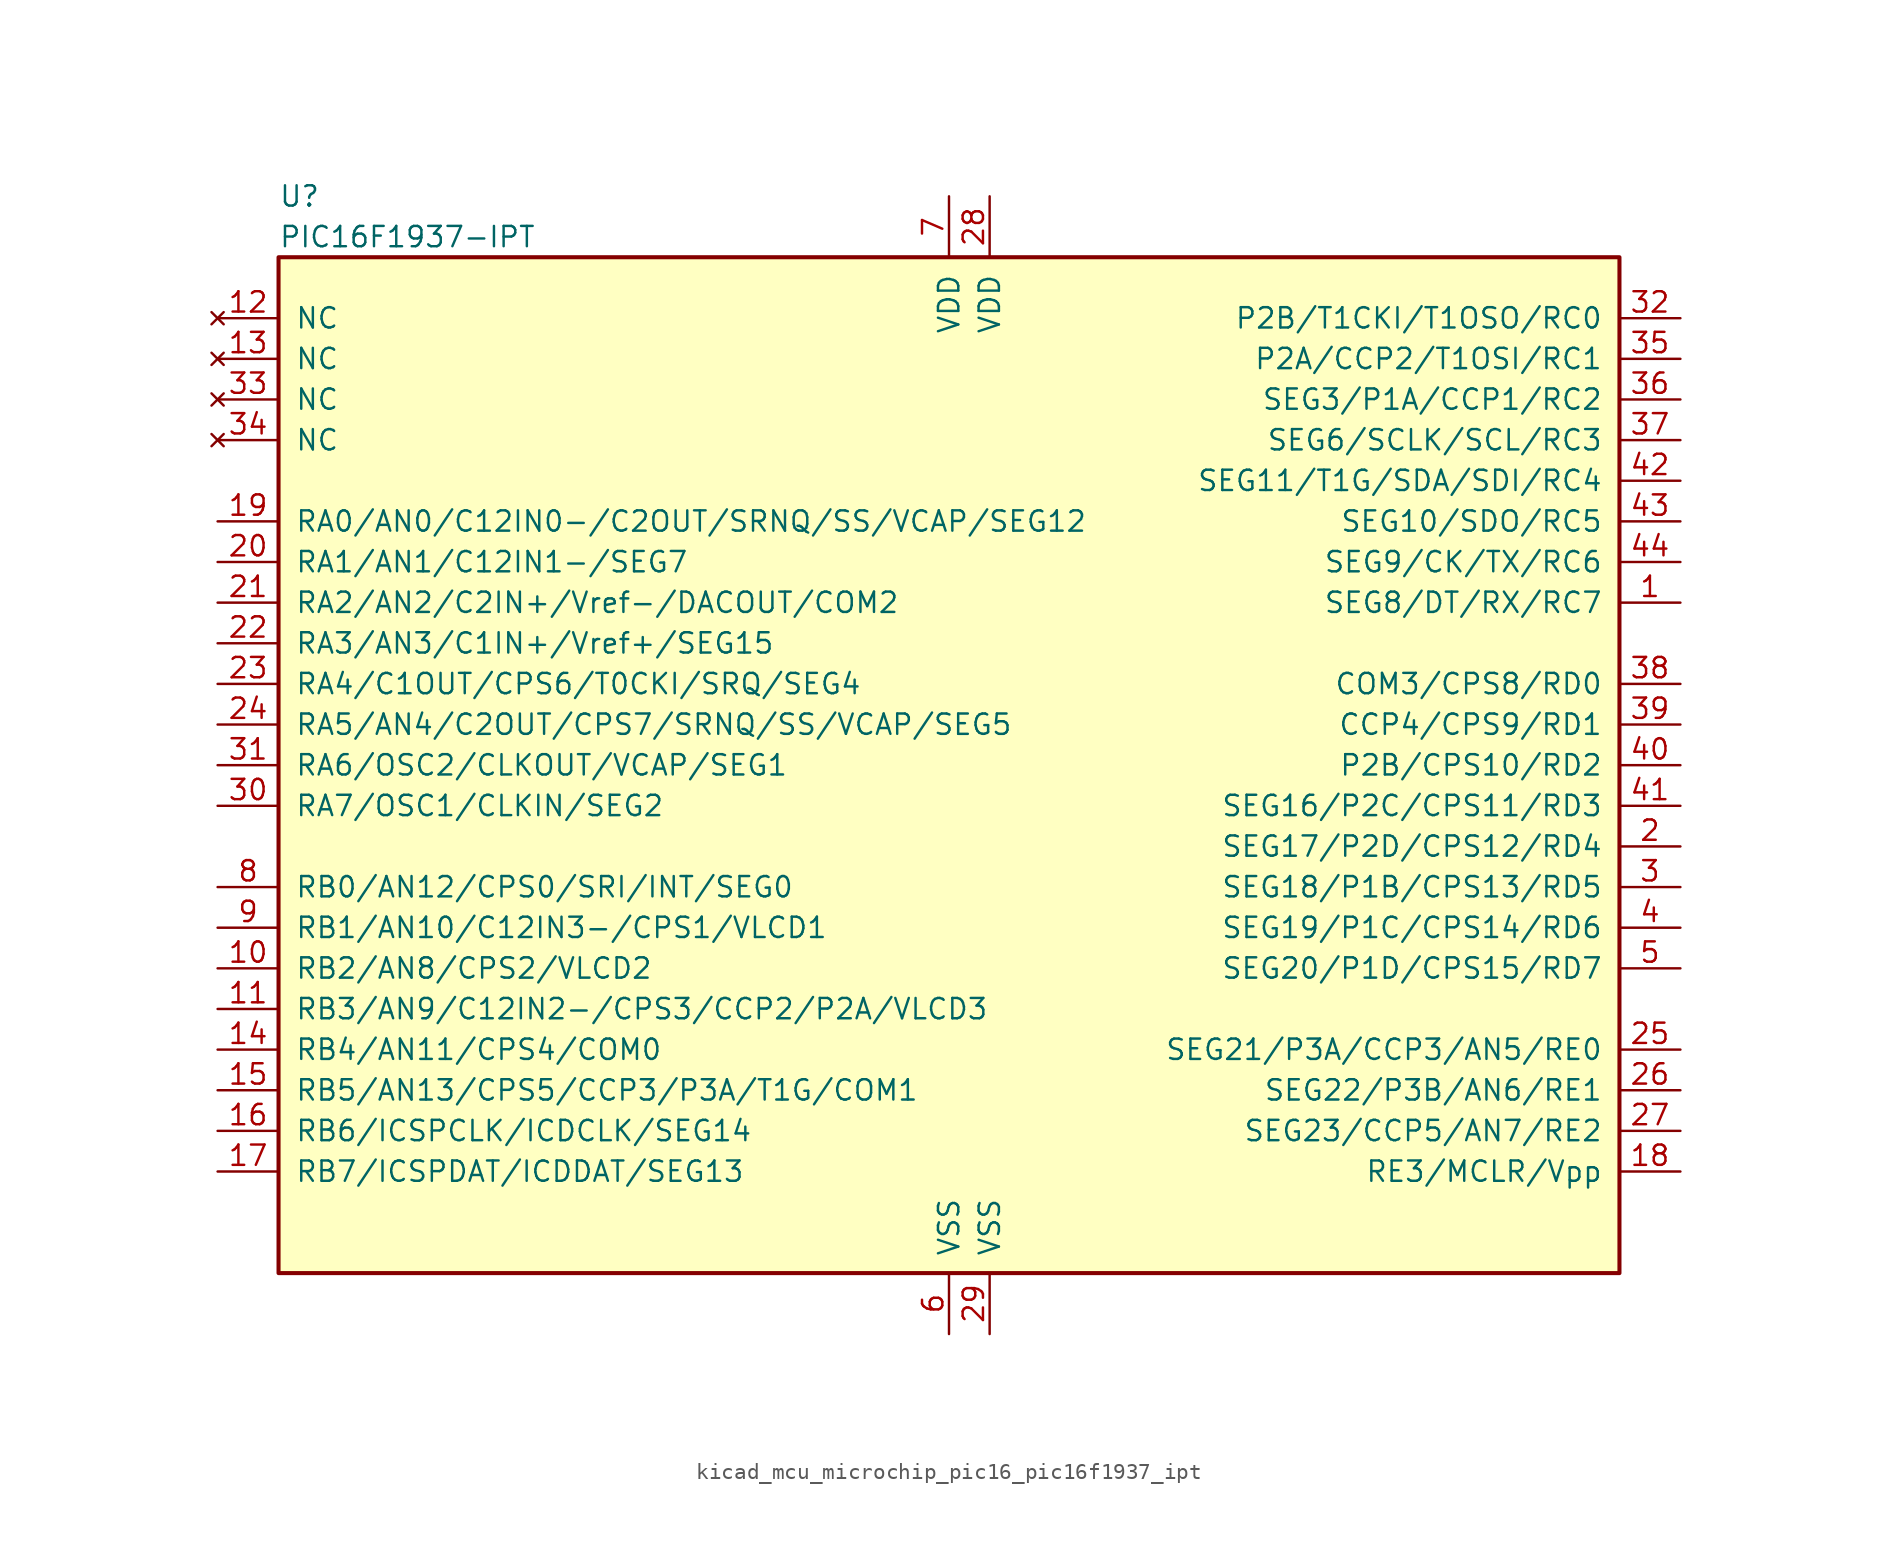
<source format=kicad_sym>
(kicad_symbol_lib
  (version 20220914)
  (generator kicad_symbol_editor)
  (symbol "kicad_mcu_microchip_pic16_pic16f1937_ipt"
    (pin_names
      (offset 1.016))
    (property "Reference" "U"
      (at -41.91 35.56 0)
      (effects (font (size 1.27 1.27)) (justify left)))
    (property "Value" "PIC16F1937-IPT"
      (at -41.91 33.02 0)
      (effects (font (size 1.27 1.27)) (justify left)))
    (symbol "kicad_mcu_microchip_pic16_pic16f1937_ipt_0_1"
      (rectangle (start -41.91 31.75) (end 41.91 -31.75) (stroke (width 0.254) (type default)) (fill (type background))))
    (symbol "kicad_mcu_microchip_pic16_pic16f1937_ipt_1_1"
      (pin bidirectional line (at 45.72 10.16 180) (length 3.81) (name "SEG8/DT/RX/RC7" (effects (font (size 1.27 1.27)))) (number "1" (effects (font (size 1.27 1.27)))))
      (pin bidirectional line (at -45.72 -12.7 0) (length 3.81) (name "RB2/AN8/CPS2/VLCD2" (effects (font (size 1.27 1.27)))) (number "10" (effects (font (size 1.27 1.27)))))
      (pin bidirectional line (at -45.72 -15.24 0) (length 3.81) (name "RB3/AN9/C12IN2-/CPS3/CCP2/P2A/VLCD3" (effects (font (size 1.27 1.27)))) (number "11" (effects (font (size 1.27 1.27)))))
      (pin no_connect line (at -45.72 27.94 0) (length 3.81) (name "NC" (effects (font (size 1.27 1.27)))) (number "12" (effects (font (size 1.27 1.27)))))
      (pin no_connect line (at -45.72 25.4 0) (length 3.81) (name "NC" (effects (font (size 1.27 1.27)))) (number "13" (effects (font (size 1.27 1.27)))))
      (pin bidirectional line (at -45.72 -17.78 0) (length 3.81) (name "RB4/AN11/CPS4/COM0" (effects (font (size 1.27 1.27)))) (number "14" (effects (font (size 1.27 1.27)))))
      (pin bidirectional line (at -45.72 -20.32 0) (length 3.81) (name "RB5/AN13/CPS5/CCP3/P3A/T1G/COM1" (effects (font (size 1.27 1.27)))) (number "15" (effects (font (size 1.27 1.27)))))
      (pin bidirectional line (at -45.72 -22.86 0) (length 3.81) (name "RB6/ICSPCLK/ICDCLK/SEG14" (effects (font (size 1.27 1.27)))) (number "16" (effects (font (size 1.27 1.27)))))
      (pin bidirectional line (at -45.72 -25.4 0) (length 3.81) (name "RB7/ICSPDAT/ICDDAT/SEG13" (effects (font (size 1.27 1.27)))) (number "17" (effects (font (size 1.27 1.27)))))
      (pin bidirectional line (at 45.72 -25.4 180) (length 3.81) (name "RE3/MCLR/Vpp" (effects (font (size 1.27 1.27)))) (number "18" (effects (font (size 1.27 1.27)))))
      (pin bidirectional line (at -45.72 15.24 0) (length 3.81) (name "RA0/AN0/C12IN0-/C2OUT/SRNQ/SS/VCAP/SEG12" (effects (font (size 1.27 1.27)))) (number "19" (effects (font (size 1.27 1.27)))))
      (pin bidirectional line (at 45.72 -5.08 180) (length 3.81) (name "SEG17/P2D/CPS12/RD4" (effects (font (size 1.27 1.27)))) (number "2" (effects (font (size 1.27 1.27)))))
      (pin bidirectional line (at -45.72 12.7 0) (length 3.81) (name "RA1/AN1/C12IN1-/SEG7" (effects (font (size 1.27 1.27)))) (number "20" (effects (font (size 1.27 1.27)))))
      (pin bidirectional line (at -45.72 10.16 0) (length 3.81) (name "RA2/AN2/C2IN+/Vref-/DACOUT/COM2" (effects (font (size 1.27 1.27)))) (number "21" (effects (font (size 1.27 1.27)))))
      (pin bidirectional line (at -45.72 7.62 0) (length 3.81) (name "RA3/AN3/C1IN+/Vref+/SEG15" (effects (font (size 1.27 1.27)))) (number "22" (effects (font (size 1.27 1.27)))))
      (pin bidirectional line (at -45.72 5.08 0) (length 3.81) (name "RA4/C1OUT/CPS6/T0CKI/SRQ/SEG4" (effects (font (size 1.27 1.27)))) (number "23" (effects (font (size 1.27 1.27)))))
      (pin bidirectional line (at -45.72 2.54 0) (length 3.81) (name "RA5/AN4/C2OUT/CPS7/SRNQ/SS/VCAP/SEG5" (effects (font (size 1.27 1.27)))) (number "24" (effects (font (size 1.27 1.27)))))
      (pin bidirectional line (at 45.72 -17.78 180) (length 3.81) (name "SEG21/P3A/CCP3/AN5/RE0" (effects (font (size 1.27 1.27)))) (number "25" (effects (font (size 1.27 1.27)))))
      (pin bidirectional line (at 45.72 -20.32 180) (length 3.81) (name "SEG22/P3B/AN6/RE1" (effects (font (size 1.27 1.27)))) (number "26" (effects (font (size 1.27 1.27)))))
      (pin bidirectional line (at 45.72 -22.86 180) (length 3.81) (name "SEG23/CCP5/AN7/RE2" (effects (font (size 1.27 1.27)))) (number "27" (effects (font (size 1.27 1.27)))))
      (pin power_in line (at 2.54 35.56 270) (length 3.81) (name "VDD" (effects (font (size 1.27 1.27)))) (number "28" (effects (font (size 1.27 1.27)))))
      (pin power_in line (at 2.54 -35.56 90) (length 3.81) (name "VSS" (effects (font (size 1.27 1.27)))) (number "29" (effects (font (size 1.27 1.27)))))
      (pin bidirectional line (at 45.72 -7.62 180) (length 3.81) (name "SEG18/P1B/CPS13/RD5" (effects (font (size 1.27 1.27)))) (number "3" (effects (font (size 1.27 1.27)))))
      (pin bidirectional line (at -45.72 -2.54 0) (length 3.81) (name "RA7/OSC1/CLKIN/SEG2" (effects (font (size 1.27 1.27)))) (number "30" (effects (font (size 1.27 1.27)))))
      (pin bidirectional line (at -45.72 0 0) (length 3.81) (name "RA6/OSC2/CLKOUT/VCAP/SEG1" (effects (font (size 1.27 1.27)))) (number "31" (effects (font (size 1.27 1.27)))))
      (pin bidirectional line (at 45.72 27.94 180) (length 3.81) (name "P2B/T1CKI/T1OSO/RC0" (effects (font (size 1.27 1.27)))) (number "32" (effects (font (size 1.27 1.27)))))
      (pin no_connect line (at -45.72 22.86 0) (length 3.81) (name "NC" (effects (font (size 1.27 1.27)))) (number "33" (effects (font (size 1.27 1.27)))))
      (pin no_connect line (at -45.72 20.32 0) (length 3.81) (name "NC" (effects (font (size 1.27 1.27)))) (number "34" (effects (font (size 1.27 1.27)))))
      (pin bidirectional line (at 45.72 25.4 180) (length 3.81) (name "P2A/CCP2/T1OSI/RC1" (effects (font (size 1.27 1.27)))) (number "35" (effects (font (size 1.27 1.27)))))
      (pin bidirectional line (at 45.72 22.86 180) (length 3.81) (name "SEG3/P1A/CCP1/RC2" (effects (font (size 1.27 1.27)))) (number "36" (effects (font (size 1.27 1.27)))))
      (pin bidirectional line (at 45.72 20.32 180) (length 3.81) (name "SEG6/SCLK/SCL/RC3" (effects (font (size 1.27 1.27)))) (number "37" (effects (font (size 1.27 1.27)))))
      (pin bidirectional line (at 45.72 5.08 180) (length 3.81) (name "COM3/CPS8/RD0" (effects (font (size 1.27 1.27)))) (number "38" (effects (font (size 1.27 1.27)))))
      (pin bidirectional line (at 45.72 2.54 180) (length 3.81) (name "CCP4/CPS9/RD1" (effects (font (size 1.27 1.27)))) (number "39" (effects (font (size 1.27 1.27)))))
      (pin bidirectional line (at 45.72 -10.16 180) (length 3.81) (name "SEG19/P1C/CPS14/RD6" (effects (font (size 1.27 1.27)))) (number "4" (effects (font (size 1.27 1.27)))))
      (pin bidirectional line (at 45.72 0 180) (length 3.81) (name "P2B/CPS10/RD2" (effects (font (size 1.27 1.27)))) (number "40" (effects (font (size 1.27 1.27)))))
      (pin bidirectional line (at 45.72 -2.54 180) (length 3.81) (name "SEG16/P2C/CPS11/RD3" (effects (font (size 1.27 1.27)))) (number "41" (effects (font (size 1.27 1.27)))))
      (pin bidirectional line (at 45.72 17.78 180) (length 3.81) (name "SEG11/T1G/SDA/SDI/RC4" (effects (font (size 1.27 1.27)))) (number "42" (effects (font (size 1.27 1.27)))))
      (pin bidirectional line (at 45.72 15.24 180) (length 3.81) (name "SEG10/SDO/RC5" (effects (font (size 1.27 1.27)))) (number "43" (effects (font (size 1.27 1.27)))))
      (pin bidirectional line (at 45.72 12.7 180) (length 3.81) (name "SEG9/CK/TX/RC6" (effects (font (size 1.27 1.27)))) (number "44" (effects (font (size 1.27 1.27)))))
      (pin bidirectional line (at 45.72 -12.7 180) (length 3.81) (name "SEG20/P1D/CPS15/RD7" (effects (font (size 1.27 1.27)))) (number "5" (effects (font (size 1.27 1.27)))))
      (pin bidirectional line (at 0 -35.56 90) (length 3.81) (name "VSS" (effects (font (size 1.27 1.27)))) (number "6" (effects (font (size 1.27 1.27)))))
      (pin bidirectional line (at 0 35.56 270) (length 3.81) (name "VDD" (effects (font (size 1.27 1.27)))) (number "7" (effects (font (size 1.27 1.27)))))
      (pin bidirectional line (at -45.72 -7.62 0) (length 3.81) (name "RB0/AN12/CPS0/SRI/INT/SEG0" (effects (font (size 1.27 1.27)))) (number "8" (effects (font (size 1.27 1.27)))))
      (pin bidirectional line (at -45.72 -10.16 0) (length 3.81) (name "RB1/AN10/C12IN3-/CPS1/VLCD1" (effects (font (size 1.27 1.27)))) (number "9" (effects (font (size 1.27 1.27))))))))
</source>
